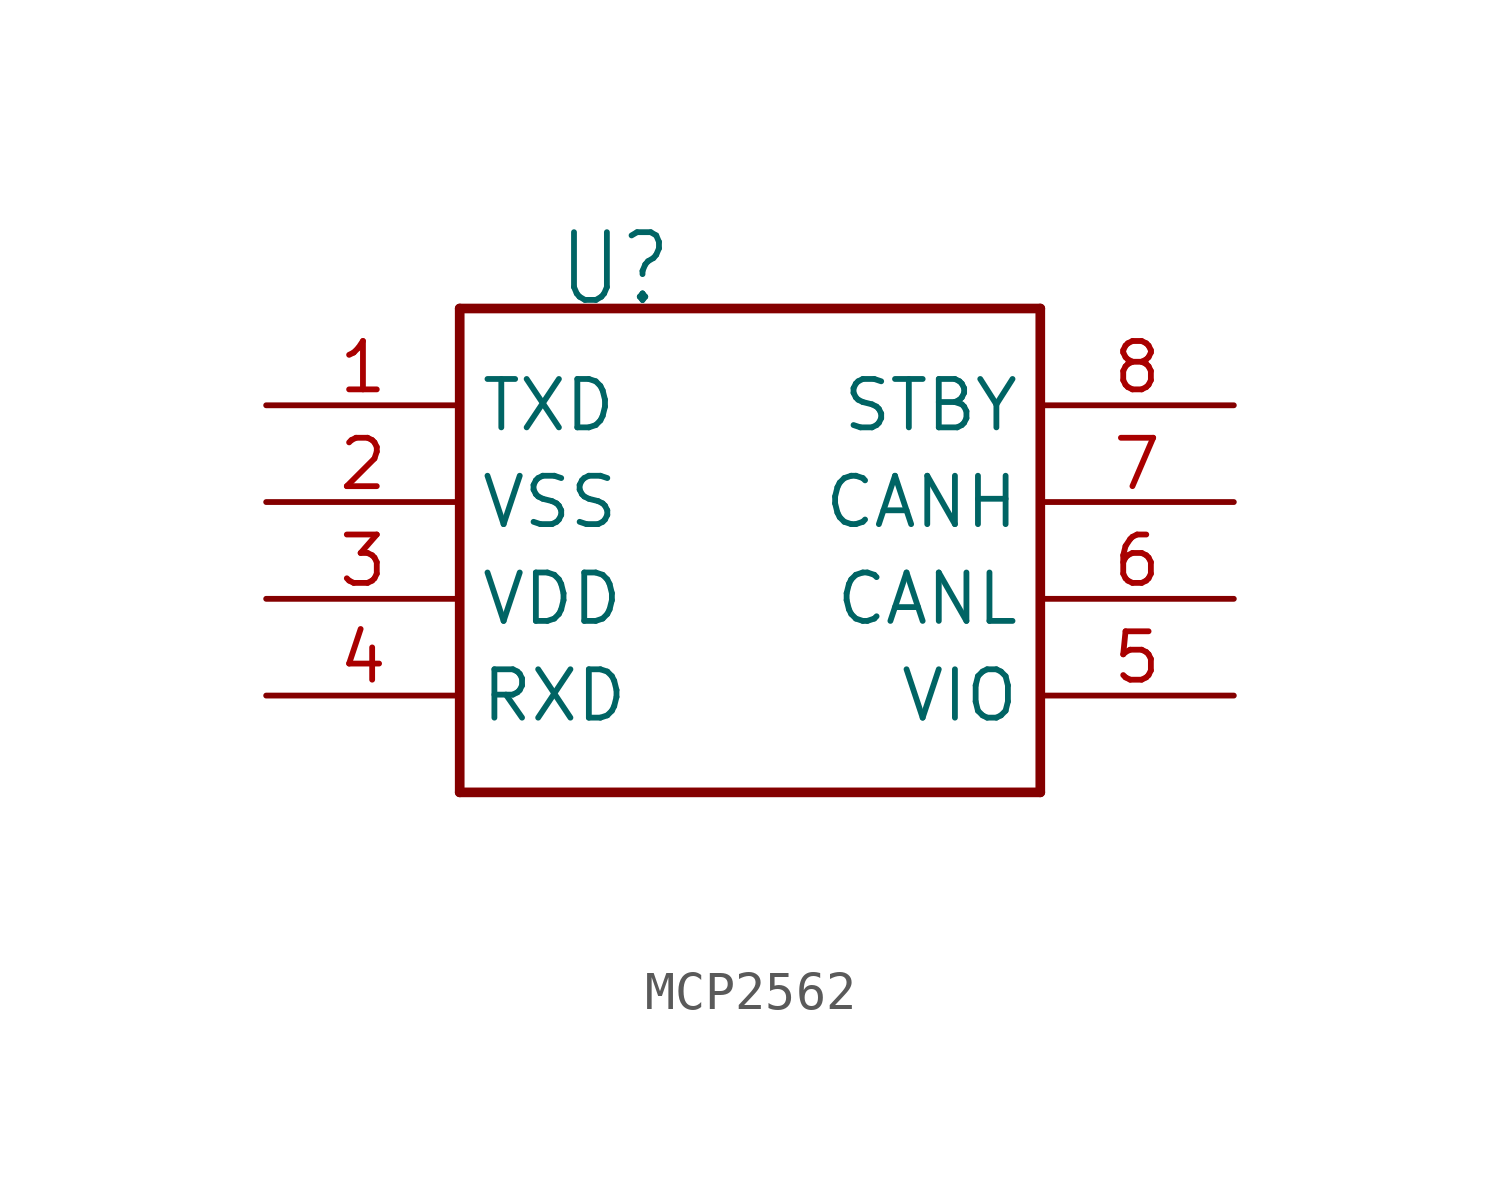
<source format=kicad_sym>
(kicad_symbol_lib
  (version 20231120)
  (generator "kicad_symbol_editor")
  (generator_version "8.0")
  (symbol "MCP2562"
    (property "Reference" "U"
      (at -5.08 7.62 0)
      (effects (font (size 1.778 1.511)) (justify left bottom)))
    (property "Value" ""
      (at -5.08 -7.62 0)
      (effects (font (size 1.778 1.511)) (justify left bottom)))
    (property "ki_locked" ""
      (at 0 0 0)
      (effects (font (size 1.27 1.27))))
    (symbol "MCP2562_1_0"
      (polyline (pts (xy -7.62 -5.08) (xy -7.62 7.62)) (stroke (width 0.254) (type solid)) (fill (type none)))
      (polyline (pts (xy -7.62 7.62) (xy 7.62 7.62)) (stroke (width 0.254) (type solid)) (fill (type none)))
      (polyline (pts (xy 7.62 -5.08) (xy -7.62 -5.08)) (stroke (width 0.254) (type solid)) (fill (type none)))
      (polyline (pts (xy 7.62 7.62) (xy 7.62 -5.08)) (stroke (width 0.254) (type solid)) (fill (type none)))
      (pin input line (at -12.7 5.08 0) (length 5.08) (name "TXD" (effects (font (size 1.27 1.27)))) (number "1" (effects (font (size 1.27 1.27)))))
      (pin power_in line (at -12.7 2.54 0) (length 5.08) (name "VSS" (effects (font (size 1.27 1.27)))) (number "2" (effects (font (size 1.27 1.27)))))
      (pin power_in line (at -12.7 0 0) (length 5.08) (name "VDD" (effects (font (size 1.27 1.27)))) (number "3" (effects (font (size 1.27 1.27)))))
      (pin output line (at -12.7 -2.54 0) (length 5.08) (name "RXD" (effects (font (size 1.27 1.27)))) (number "4" (effects (font (size 1.27 1.27)))))
      (pin input line (at 12.7 -2.54 180) (length 5.08) (name "VIO" (effects (font (size 1.27 1.27)))) (number "5" (effects (font (size 1.27 1.27)))))
      (pin bidirectional line (at 12.7 0 180) (length 5.08) (name "CANL" (effects (font (size 1.27 1.27)))) (number "6" (effects (font (size 1.27 1.27)))))
      (pin bidirectional line (at 12.7 2.54 180) (length 5.08) (name "CANH" (effects (font (size 1.27 1.27)))) (number "7" (effects (font (size 1.27 1.27)))))
      (pin bidirectional line (at 12.7 5.08 180) (length 5.08) (name "STBY" (effects (font (size 1.27 1.27)))) (number "8" (effects (font (size 1.27 1.27))))))))
</source>
